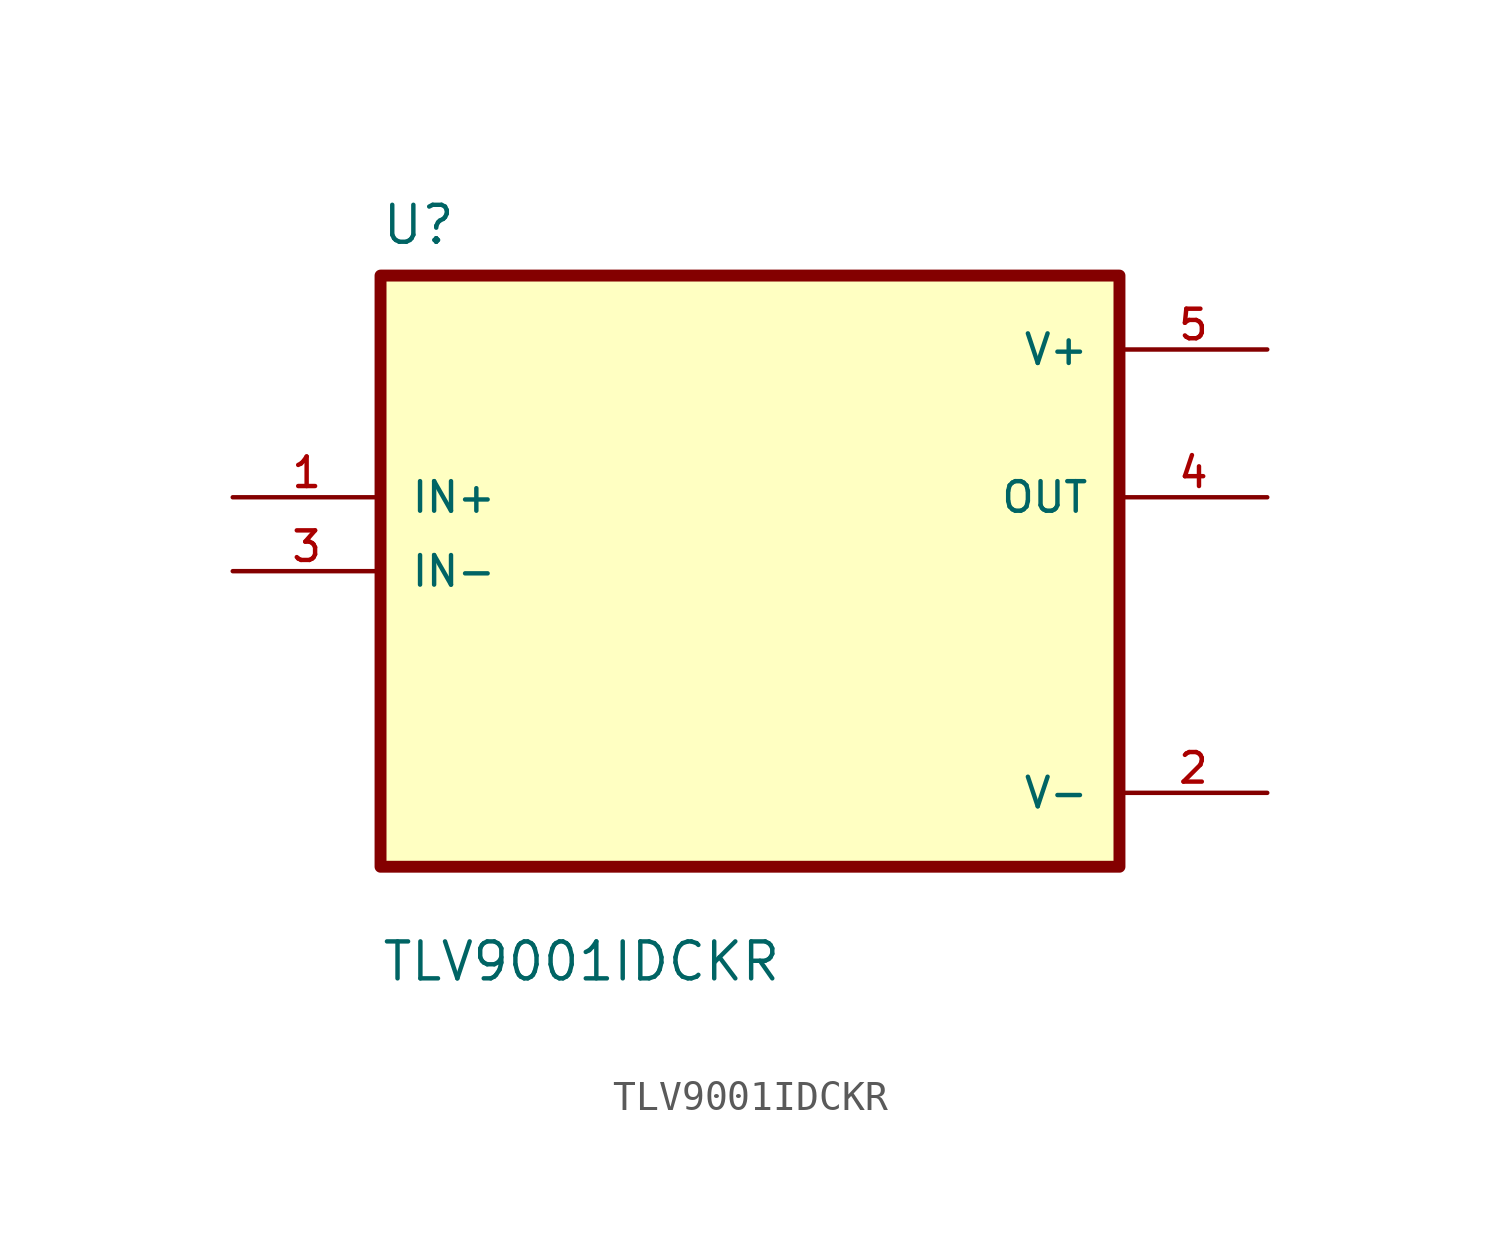
<source format=kicad_sym>
(kicad_symbol_lib
  (version 20211014)
  (generator kicad_symbol_editor)
  (symbol "TLV9001IDCKR"
    (pin_names
      (offset 1.016))
    (property "Reference" "U"
      (at -12.7 11.16 0.0)
      (effects (font (size 1.27 1.27)) (justify bottom left)))
    (property "Value" "TLV9001IDCKR"
      (at -12.7 -14.16 0.0)
      (effects (font (size 1.27 1.27)) (justify bottom left)))
    (symbol "TLV9001IDCKR_0_0"
      (rectangle (start -12.7 -10.16) (end 12.7 10.16) (stroke (width 0.41)) (fill (type background)))
      (pin input line (at -17.78 2.54 0) (length 5.08) (name "IN+" (effects (font (size 1.016 1.016)))) (number "1" (effects (font (size 1.016 1.016)))))
      (pin input line (at -17.78 0.0 0) (length 5.08) (name "IN-" (effects (font (size 1.016 1.016)))) (number "3" (effects (font (size 1.016 1.016)))))
      (pin power_in line (at 17.78 7.62 180.0) (length 5.08) (name "V+" (effects (font (size 1.016 1.016)))) (number "5" (effects (font (size 1.016 1.016)))))
      (pin output line (at 17.78 2.54 180.0) (length 5.08) (name "OUT" (effects (font (size 1.016 1.016)))) (number "4" (effects (font (size 1.016 1.016)))))
      (pin power_in line (at 17.78 -7.62 180.0) (length 5.08) (name "V-" (effects (font (size 1.016 1.016)))) (number "2" (effects (font (size 1.016 1.016))))))))
</source>
